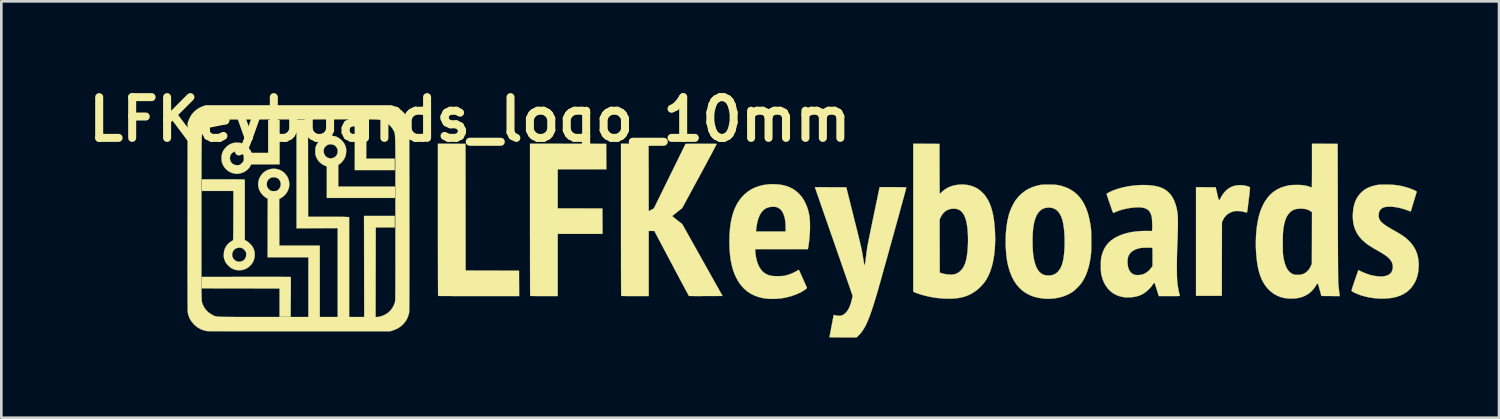
<source format=kicad_pcb>
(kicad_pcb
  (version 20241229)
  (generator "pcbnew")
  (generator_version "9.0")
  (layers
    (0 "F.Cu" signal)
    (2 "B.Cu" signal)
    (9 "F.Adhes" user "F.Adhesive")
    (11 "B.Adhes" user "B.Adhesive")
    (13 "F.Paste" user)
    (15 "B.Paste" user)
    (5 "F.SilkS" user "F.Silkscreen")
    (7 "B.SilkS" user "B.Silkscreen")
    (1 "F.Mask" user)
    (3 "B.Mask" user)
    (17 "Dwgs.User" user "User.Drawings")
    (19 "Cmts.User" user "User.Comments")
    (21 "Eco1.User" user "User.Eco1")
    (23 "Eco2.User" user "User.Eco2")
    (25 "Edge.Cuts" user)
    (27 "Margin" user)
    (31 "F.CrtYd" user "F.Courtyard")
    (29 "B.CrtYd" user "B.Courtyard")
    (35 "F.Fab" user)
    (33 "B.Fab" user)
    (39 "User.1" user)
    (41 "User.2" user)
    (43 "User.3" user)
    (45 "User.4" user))
  (footprint "LFKeyboards_logo_10mm"
    (layer "F.Cu")
    (at 3.922 5.018)
    (property "Reference" "LFKeyboards_logo_10mm" (at 10.6 -3.6 0) (layer "F.SilkS") (effects (font (size 1.524 1.524) (thickness 0.3))))
    (attr through_hole)
    (fp_poly (pts (xy 2.927 2.288) (xy 3.081 2.288) (xy 3.225 2.288) (xy 3.358 2.289) (xy 3.479 2.289) (xy 3.587 2.29) (xy 3.681 2.29) (xy 3.76 2.291) (xy 3.823 2.291) (xy 3.869 2.292) (xy 3.896 2.293) (xy 3.904 2.294) (xy 3.905 2.305) (xy 3.906 2.335) (xy 3.907 2.382) (xy 3.907 2.444) (xy 3.907 2.52) (xy 3.907 2.609) (xy 3.907 2.708) (xy 3.907 2.816) (xy 3.906 2.932) (xy 3.905 3.04) (xy 3.899 3.78) (xy 3.486 3.78) (xy 3.486 2.723) (xy 2.03 2.72) (xy 0.575 2.718) (xy 0.575 2.291) (xy 2.236 2.289) (xy 2.418 2.288) (xy 2.594 2.288) (xy 2.765 2.288) (xy 2.927 2.288)) (stroke (width 0.01) (type solid)) (fill yes) (layer "F.SilkS"))
    (fp_poly (pts (xy 9.925 -2.69) (xy 10.44 -2.687) (xy 10.445 2.052) (xy 12.442 2.057) (xy 12.447 3.007) (xy 10.935 3.007) (xy 10.761 3.007) (xy 10.593 3.007) (xy 10.432 3.007) (xy 10.278 3.007) (xy 10.133 3.006) (xy 9.998 3.006) (xy 9.875 3.005) (xy 9.763 3.005) (xy 9.666 3.004) (xy 9.582 3.004) (xy 9.514 3.003) (xy 9.463 3.002) (xy 9.43 3.001) (xy 9.416 3.001) (xy 9.416 3.001) (xy 9.415 2.99) (xy 9.415 2.96) (xy 9.414 2.911) (xy 9.414 2.844) (xy 9.413 2.761) (xy 9.413 2.661) (xy 9.412 2.545) (xy 9.412 2.415) (xy 9.411 2.272) (xy 9.411 2.115) (xy 9.411 1.946) (xy 9.41 1.766) (xy 9.41 1.575) (xy 9.41 1.374) (xy 9.41 1.165) (xy 9.409 0.947) (xy 9.409 0.722) (xy 9.409 0.491) (xy 9.409 0.254) (xy 9.409 0.151) (xy 9.409 -2.693) (xy 9.925 -2.69)) (stroke (width 0.01) (type solid)) (fill yes) (layer "F.SilkS"))
    (fp_poly (pts (xy 14.278 -2.69) (xy 15.703 -2.687) (xy 15.706 -2.212) (xy 15.709 -1.737) (xy 14.799 -1.737) (xy 13.89 -1.737) (xy 13.89 -0.274) (xy 14.725 -0.272) (xy 15.561 -0.269) (xy 15.566 0.681) (xy 13.89 0.681) (xy 13.89 3.007) (xy 13.378 3.007) (xy 13.278 3.007) (xy 13.184 3.007) (xy 13.099 3.006) (xy 13.023 3.005) (xy 12.96 3.005) (xy 12.91 3.003) (xy 12.877 3.002) (xy 12.861 3.001) (xy 12.86 3.001) (xy 12.86 2.99) (xy 12.859 2.96) (xy 12.858 2.911) (xy 12.858 2.844) (xy 12.857 2.761) (xy 12.857 2.661) (xy 12.856 2.545) (xy 12.856 2.415) (xy 12.856 2.272) (xy 12.855 2.115) (xy 12.855 1.946) (xy 12.855 1.766) (xy 12.854 1.575) (xy 12.854 1.374) (xy 12.854 1.165) (xy 12.854 0.947) (xy 12.853 0.723) (xy 12.853 0.491) (xy 12.853 0.254) (xy 12.853 0.151) (xy 12.853 -2.692) (xy 14.278 -2.69)) (stroke (width 0.01) (type solid)) (fill yes) (layer "F.SilkS"))
    (fp_poly (pts (xy 39.505 -1.139) (xy 39.62 -1.121) (xy 39.729 -1.089) (xy 39.732 -1.088) (xy 39.763 -1.075) (xy 39.778 -1.062) (xy 39.784 -1.045) (xy 39.785 -1.04) (xy 39.784 -1.024) (xy 39.781 -0.99) (xy 39.776 -0.94) (xy 39.77 -0.877) (xy 39.762 -0.803) (xy 39.752 -0.719) (xy 39.741 -0.628) (xy 39.734 -0.564) (xy 39.721 -0.457) (xy 39.71 -0.369) (xy 39.701 -0.297) (xy 39.694 -0.241) (xy 39.687 -0.197) (xy 39.682 -0.166) (xy 39.677 -0.143) (xy 39.673 -0.129) (xy 39.669 -0.122) (xy 39.664 -0.119) (xy 39.66 -0.118) (xy 39.642 -0.121) (xy 39.61 -0.129) (xy 39.568 -0.139) (xy 39.539 -0.147) (xy 39.455 -0.164) (xy 39.367 -0.173) (xy 39.28 -0.175) (xy 39.2 -0.167) (xy 39.154 -0.158) (xy 39.051 -0.12) (xy 38.959 -0.066) (xy 38.879 0.004) (xy 38.813 0.087) (xy 38.763 0.183) (xy 38.76 0.19) (xy 38.736 0.249) (xy 38.733 1.623) (xy 38.731 2.997) (xy 37.766 2.997) (xy 37.766 -1.067) (xy 38.134 -1.064) (xy 38.502 -1.062) (xy 38.558 -0.82) (xy 38.577 -0.741) (xy 38.592 -0.68) (xy 38.604 -0.635) (xy 38.613 -0.605) (xy 38.621 -0.587) (xy 38.628 -0.58) (xy 38.629 -0.579) (xy 38.642 -0.588) (xy 38.66 -0.613) (xy 38.68 -0.65) (xy 38.682 -0.654) (xy 38.752 -0.776) (xy 38.83 -0.881) (xy 38.919 -0.969) (xy 39.019 -1.04) (xy 39.073 -1.07) (xy 39.169 -1.108) (xy 39.275 -1.133) (xy 39.389 -1.143) (xy 39.505 -1.139)) (stroke (width 0.01) (type solid)) (fill yes) (layer "F.SilkS"))
    (fp_poly (pts (xy 16.773 -2.69) (xy 17.288 -2.687) (xy 17.291 -1.43) (xy 17.293 -0.173) (xy 17.389 -0.22) (xy 17.484 -0.268) (xy 18.078 -1.477) (xy 18.673 -2.687) (xy 19.25 -2.69) (xy 19.356 -2.69) (xy 19.457 -2.69) (xy 19.549 -2.69) (xy 19.632 -2.69) (xy 19.703 -2.689) (xy 19.761 -2.688) (xy 19.803 -2.687) (xy 19.828 -2.686) (xy 19.835 -2.685) (xy 19.831 -2.675) (xy 19.818 -2.649) (xy 19.796 -2.606) (xy 19.767 -2.549) (xy 19.73 -2.479) (xy 19.686 -2.395) (xy 19.635 -2.3) (xy 19.579 -2.195) (xy 19.517 -2.08) (xy 19.451 -1.956) (xy 19.38 -1.825) (xy 19.306 -1.688) (xy 19.229 -1.545) (xy 19.194 -1.481) (xy 18.545 -0.284) (xy 18.359 -0.137) (xy 18.306 -0.095) (xy 18.259 -0.058) (xy 18.221 -0.026) (xy 18.192 -0.002) (xy 18.177 0.012) (xy 18.174 0.016) (xy 18.182 0.024) (xy 18.204 0.042) (xy 18.238 0.069) (xy 18.28 0.104) (xy 18.33 0.143) (xy 18.362 0.169) (xy 18.548 0.316) (xy 19.301 1.659) (xy 20.054 3.002) (xy 19.433 3.005) (xy 19.323 3.005) (xy 19.218 3.006) (xy 19.121 3.006) (xy 19.033 3.006) (xy 18.957 3.005) (xy 18.894 3.005) (xy 18.846 3.005) (xy 18.814 3.004) (xy 18.801 3.003) (xy 18.801 3.003) (xy 18.795 2.994) (xy 18.78 2.968) (xy 18.757 2.926) (xy 18.726 2.869) (xy 18.687 2.798) (xy 18.642 2.714) (xy 18.591 2.619) (xy 18.534 2.513) (xy 18.472 2.397) (xy 18.406 2.273) (xy 18.336 2.141) (xy 18.262 2.003) (xy 18.186 1.859) (xy 18.146 1.784) (xy 17.503 0.569) (xy 17.293 0.569) (xy 17.293 3.007) (xy 16.782 3.007) (xy 16.682 3.007) (xy 16.588 3.007) (xy 16.502 3.006) (xy 16.427 3.005) (xy 16.363 3.005) (xy 16.314 3.003) (xy 16.28 3.002) (xy 16.265 3.001) (xy 16.264 3.001) (xy 16.263 2.99) (xy 16.263 2.96) (xy 16.262 2.911) (xy 16.262 2.844) (xy 16.261 2.761) (xy 16.261 2.661) (xy 16.26 2.545) (xy 16.26 2.415) (xy 16.259 2.272) (xy 16.259 2.115) (xy 16.258 1.946) (xy 16.258 1.766) (xy 16.258 1.575) (xy 16.258 1.374) (xy 16.257 1.165) (xy 16.257 0.947) (xy 16.257 0.722) (xy 16.257 0.491) (xy 16.257 0.254) (xy 16.257 0.151) (xy 16.257 -2.693) (xy 16.773 -2.69)) (stroke (width 0.01) (type solid)) (fill yes) (layer "F.SilkS"))
    (fp_poly (pts (xy 5.467 -2.987) (xy 5.504 -2.98) (xy 5.538 -2.975) (xy 5.551 -2.972) (xy 5.602 -2.957) (xy 5.66 -2.93) (xy 5.72 -2.892) (xy 5.777 -2.848) (xy 5.808 -2.82) (xy 5.85 -2.773) (xy 5.889 -2.72) (xy 5.922 -2.666) (xy 5.946 -2.615) (xy 5.958 -2.574) (xy 5.958 -2.57) (xy 5.964 -2.544) (xy 5.97 -2.53) (xy 5.973 -2.514) (xy 5.976 -2.484) (xy 5.978 -2.443) (xy 5.978 -2.414) (xy 5.969 -2.303) (xy 5.941 -2.201) (xy 5.894 -2.107) (xy 5.829 -2.021) (xy 5.807 -1.998) (xy 5.775 -1.968) (xy 5.742 -1.939) (xy 5.719 -1.923) (xy 5.68 -1.897) (xy 5.68 -1.087) (xy 7.804 -1.087) (xy 7.804 -0.876) (xy 7.804 -0.665) (xy 6.529 -0.665) (xy 5.254 -0.665) (xy 5.254 -1.845) (xy 5.2 -1.862) (xy 5.148 -1.885) (xy 5.091 -1.918) (xy 5.034 -1.959) (xy 4.982 -2.004) (xy 4.939 -2.05) (xy 4.91 -2.092) (xy 4.905 -2.103) (xy 4.891 -2.127) (xy 4.88 -2.142) (xy 4.872 -2.157) (xy 4.873 -2.164) (xy 4.871 -2.175) (xy 4.868 -2.176) (xy 4.858 -2.188) (xy 4.854 -2.2) (xy 4.847 -2.223) (xy 4.837 -2.25) (xy 4.829 -2.279) (xy 4.825 -2.328) (xy 4.823 -2.396) (xy 4.823 -2.406) (xy 5.133 -2.406) (xy 5.143 -2.347) (xy 5.164 -2.29) (xy 5.194 -2.241) (xy 5.201 -2.233) (xy 5.241 -2.195) (xy 5.285 -2.169) (xy 5.34 -2.152) (xy 5.355 -2.149) (xy 5.408 -2.143) (xy 5.46 -2.151) (xy 5.517 -2.174) (xy 5.528 -2.179) (xy 5.585 -2.219) (xy 5.626 -2.272) (xy 5.651 -2.337) (xy 5.66 -2.411) (xy 5.651 -2.484) (xy 5.624 -2.548) (xy 5.583 -2.6) (xy 5.528 -2.64) (xy 5.461 -2.665) (xy 5.401 -2.673) (xy 5.339 -2.669) (xy 5.284 -2.651) (xy 5.232 -2.616) (xy 5.181 -2.564) (xy 5.175 -2.557) (xy 5.161 -2.539) (xy 5.157 -2.53) (xy 5.158 -2.53) (xy 5.157 -2.522) (xy 5.15 -2.507) (xy 5.135 -2.461) (xy 5.133 -2.406) (xy 4.823 -2.406) (xy 4.823 -2.408) (xy 4.823 -2.466) (xy 4.825 -2.509) (xy 4.83 -2.543) (xy 4.837 -2.573) (xy 4.845 -2.595) (xy 4.892 -2.694) (xy 4.953 -2.782) (xy 5.027 -2.856) (xy 5.111 -2.915) (xy 5.132 -2.926) (xy 5.218 -2.962) (xy 5.306 -2.984) (xy 5.392 -2.993) (xy 5.467 -2.987)) (stroke (width 0.01) (type solid)) (fill yes) (layer "F.SilkS"))
    (fp_poly (pts (xy 28.17 -2.687) (xy 28.172 -1.75) (xy 28.173 -1.614) (xy 28.173 -1.484) (xy 28.174 -1.361) (xy 28.174 -1.247) (xy 28.175 -1.143) (xy 28.175 -1.051) (xy 28.176 -0.972) (xy 28.177 -0.907) (xy 28.177 -0.858) (xy 28.178 -0.826) (xy 28.178 -0.813) (xy 28.178 -0.813) (xy 28.187 -0.819) (xy 28.206 -0.837) (xy 28.234 -0.863) (xy 28.253 -0.883) (xy 28.351 -0.967) (xy 28.458 -1.036) (xy 28.575 -1.09) (xy 28.704 -1.129) (xy 28.847 -1.155) (xy 28.875 -1.159) (xy 29.024 -1.167) (xy 29.17 -1.157) (xy 29.312 -1.13) (xy 29.446 -1.086) (xy 29.571 -1.026) (xy 29.611 -1.001) (xy 29.656 -0.968) (xy 29.709 -0.924) (xy 29.764 -0.873) (xy 29.817 -0.82) (xy 29.862 -0.77) (xy 29.878 -0.75) (xy 29.954 -0.639) (xy 30.021 -0.515) (xy 30.079 -0.378) (xy 30.128 -0.227) (xy 30.169 -0.06) (xy 30.202 0.123) (xy 30.226 0.323) (xy 30.243 0.54) (xy 30.247 0.624) (xy 30.253 0.876) (xy 30.247 1.116) (xy 30.23 1.345) (xy 30.202 1.562) (xy 30.163 1.764) (xy 30.113 1.952) (xy 30.053 2.125) (xy 29.993 2.259) (xy 29.924 2.386) (xy 29.846 2.5) (xy 29.755 2.607) (xy 29.684 2.68) (xy 29.569 2.782) (xy 29.448 2.869) (xy 29.321 2.942) (xy 29.186 3.001) (xy 29.042 3.046) (xy 28.887 3.079) (xy 28.72 3.098) (xy 28.539 3.105) (xy 28.343 3.101) (xy 28.297 3.098) (xy 28.03 3.072) (xy 27.766 3.025) (xy 27.546 2.971) (xy 27.479 2.951) (xy 27.412 2.929) (xy 27.348 2.907) (xy 27.292 2.886) (xy 27.246 2.867) (xy 27.215 2.851) (xy 27.212 2.849) (xy 27.189 2.834) (xy 27.189 0.138) (xy 28.175 0.138) (xy 28.177 1.133) (xy 28.18 2.128) (xy 28.247 2.151) (xy 28.329 2.174) (xy 28.418 2.191) (xy 28.509 2.201) (xy 28.597 2.204) (xy 28.677 2.2) (xy 28.737 2.19) (xy 28.829 2.155) (xy 28.913 2.103) (xy 28.987 2.033) (xy 29.052 1.946) (xy 29.107 1.842) (xy 29.129 1.788) (xy 29.158 1.695) (xy 29.182 1.585) (xy 29.202 1.461) (xy 29.218 1.327) (xy 29.229 1.184) (xy 29.236 1.036) (xy 29.238 0.887) (xy 29.235 0.738) (xy 29.227 0.593) (xy 29.214 0.455) (xy 29.196 0.327) (xy 29.173 0.212) (xy 29.17 0.202) (xy 29.135 0.082) (xy 29.091 -0.02) (xy 29.038 -0.104) (xy 28.977 -0.17) (xy 28.907 -0.218) (xy 28.828 -0.249) (xy 28.74 -0.263) (xy 28.709 -0.264) (xy 28.601 -0.255) (xy 28.502 -0.228) (xy 28.415 -0.184) (xy 28.337 -0.122) (xy 28.271 -0.044) (xy 28.221 0.043) (xy 28.175 0.138) (xy 27.189 0.138) (xy 27.189 -2.693) (xy 28.17 -2.687)) (stroke (width 0.01) (type solid)) (fill yes) (layer "F.SilkS"))
    (fp_poly (pts (xy 3.486 -1.92) (xy 2.429 -1.92) (xy 2.409 -1.887) (xy 2.394 -1.862) (xy 2.38 -1.844) (xy 2.379 -1.842) (xy 2.369 -1.827) (xy 2.368 -1.823) (xy 2.361 -1.807) (xy 2.341 -1.783) (xy 2.313 -1.753) (xy 2.28 -1.722) (xy 2.245 -1.692) (xy 2.218 -1.672) (xy 2.133 -1.623) (xy 2.042 -1.591) (xy 1.965 -1.575) (xy 1.925 -1.569) (xy 1.897 -1.567) (xy 1.872 -1.567) (xy 1.843 -1.571) (xy 1.813 -1.575) (xy 1.777 -1.582) (xy 1.736 -1.592) (xy 1.696 -1.604) (xy 1.661 -1.617) (xy 1.636 -1.628) (xy 1.627 -1.636) (xy 1.627 -1.637) (xy 1.619 -1.644) (xy 1.617 -1.643) (xy 1.601 -1.648) (xy 1.574 -1.664) (xy 1.542 -1.688) (xy 1.506 -1.719) (xy 1.472 -1.751) (xy 1.443 -1.782) (xy 1.422 -1.808) (xy 1.413 -1.827) (xy 1.413 -1.828) (xy 1.407 -1.839) (xy 1.405 -1.839) (xy 1.397 -1.847) (xy 1.385 -1.867) (xy 1.371 -1.893) (xy 1.359 -1.919) (xy 1.352 -1.938) (xy 1.352 -1.946) (xy 1.351 -1.954) (xy 1.344 -1.963) (xy 1.334 -1.981) (xy 1.326 -2.01) (xy 1.32 -2.051) (xy 1.316 -2.108) (xy 1.314 -2.14) (xy 1.316 -2.184) (xy 1.628 -2.184) (xy 1.629 -2.119) (xy 1.641 -2.063) (xy 1.673 -1.999) (xy 1.718 -1.948) (xy 1.777 -1.912) (xy 1.849 -1.893) (xy 1.869 -1.89) (xy 1.906 -1.888) (xy 1.937 -1.889) (xy 1.953 -1.891) (xy 1.969 -1.896) (xy 1.973 -1.895) (xy 1.985 -1.897) (xy 2.007 -1.909) (xy 2.035 -1.93) (xy 2.064 -1.956) (xy 2.092 -1.982) (xy 2.113 -2.007) (xy 2.119 -2.016) (xy 2.135 -2.045) (xy 2.145 -2.071) (xy 2.149 -2.102) (xy 2.15 -2.143) (xy 2.149 -2.192) (xy 2.147 -2.226) (xy 2.141 -2.251) (xy 2.129 -2.274) (xy 2.108 -2.3) (xy 2.088 -2.325) (xy 2.032 -2.375) (xy 1.971 -2.407) (xy 1.907 -2.42) (xy 1.841 -2.414) (xy 1.776 -2.39) (xy 1.715 -2.347) (xy 1.69 -2.323) (xy 1.668 -2.299) (xy 1.654 -2.282) (xy 1.651 -2.276) (xy 1.651 -2.268) (xy 1.644 -2.248) (xy 1.642 -2.243) (xy 1.628 -2.184) (xy 1.316 -2.184) (xy 1.317 -2.239) (xy 1.336 -2.329) (xy 1.371 -2.414) (xy 1.425 -2.495) (xy 1.485 -2.563) (xy 1.519 -2.595) (xy 1.548 -2.621) (xy 1.57 -2.637) (xy 1.58 -2.642) (xy 1.594 -2.646) (xy 1.596 -2.651) (xy 1.604 -2.659) (xy 1.624 -2.67) (xy 1.647 -2.681) (xy 1.666 -2.687) (xy 1.667 -2.688) (xy 1.679 -2.692) (xy 1.693 -2.699) (xy 1.731 -2.714) (xy 1.784 -2.724) (xy 1.845 -2.731) (xy 1.909 -2.732) (xy 1.97 -2.729) (xy 2.013 -2.723) (xy 2.046 -2.713) (xy 2.085 -2.7) (xy 2.122 -2.686) (xy 2.155 -2.671) (xy 2.178 -2.658) (xy 2.185 -2.651) (xy 2.194 -2.643) (xy 2.201 -2.642) (xy 2.218 -2.634) (xy 2.245 -2.613) (xy 2.277 -2.583) (xy 2.311 -2.546) (xy 2.346 -2.506) (xy 2.376 -2.467) (xy 2.401 -2.431) (xy 2.409 -2.416) (xy 2.444 -2.347) (xy 3.059 -2.347) (xy 3.059 -3.576) (xy 3.486 -3.576) (xy 3.486 -1.92)) (stroke (width 0.01) (type solid)) (fill yes) (layer "F.SilkS"))
    (fp_poly (pts (xy 1.299 -1.361) (xy 1.42 -1.361) (xy 1.538 -1.361) (xy 1.649 -1.361) (xy 1.753 -1.36) (xy 1.847 -1.359) (xy 1.929 -1.358) (xy 1.998 -1.358) (xy 2.052 -1.357) (xy 2.088 -1.356) (xy 2.102 -1.355) (xy 2.185 -1.348) (xy 2.185 0.912) (xy 2.244 0.941) (xy 2.294 0.972) (xy 2.348 1.017) (xy 2.401 1.07) (xy 2.449 1.125) (xy 2.486 1.179) (xy 2.497 1.2) (xy 2.514 1.237) (xy 2.527 1.269) (xy 2.533 1.291) (xy 2.533 1.292) (xy 2.538 1.315) (xy 2.543 1.326) (xy 2.55 1.348) (xy 2.555 1.384) (xy 2.557 1.429) (xy 2.557 1.478) (xy 2.555 1.523) (xy 2.552 1.543) (xy 2.541 1.597) (xy 2.524 1.652) (xy 2.505 1.703) (xy 2.485 1.744) (xy 2.469 1.766) (xy 2.455 1.784) (xy 2.45 1.796) (xy 2.442 1.808) (xy 2.424 1.83) (xy 2.397 1.858) (xy 2.366 1.887) (xy 2.336 1.914) (xy 2.309 1.936) (xy 2.303 1.94) (xy 2.256 1.97) (xy 2.213 1.992) (xy 2.181 2.004) (xy 2.178 2.005) (xy 2.154 2.012) (xy 2.145 2.015) (xy 2.097 2.029) (xy 2.037 2.037) (xy 1.971 2.041) (xy 1.906 2.038) (xy 1.865 2.032) (xy 1.83 2.023) (xy 1.798 2.013) (xy 1.794 2.012) (xy 1.772 2.004) (xy 1.761 2.001) (xy 1.761 2.001) (xy 1.751 1.997) (xy 1.729 1.986) (xy 1.698 1.97) (xy 1.695 1.969) (xy 1.638 1.932) (xy 1.58 1.881) (xy 1.526 1.824) (xy 1.481 1.766) (xy 1.466 1.74) (xy 1.45 1.709) (xy 1.441 1.686) (xy 1.439 1.676) (xy 1.439 1.676) (xy 1.44 1.67) (xy 1.435 1.663) (xy 1.423 1.641) (xy 1.42 1.63) (xy 1.413 1.604) (xy 1.407 1.59) (xy 1.403 1.572) (xy 1.4 1.538) (xy 1.398 1.495) (xy 1.398 1.463) (xy 1.398 1.46) (xy 1.71 1.46) (xy 1.717 1.52) (xy 1.744 1.585) (xy 1.787 1.642) (xy 1.842 1.686) (xy 1.905 1.715) (xy 1.914 1.718) (xy 1.96 1.723) (xy 2.013 1.719) (xy 2.064 1.708) (xy 2.093 1.697) (xy 2.154 1.656) (xy 2.199 1.602) (xy 2.228 1.539) (xy 2.238 1.468) (xy 2.238 1.458) (xy 2.237 1.416) (xy 2.234 1.388) (xy 2.228 1.367) (xy 2.218 1.345) (xy 2.214 1.336) (xy 2.193 1.307) (xy 2.163 1.274) (xy 2.13 1.243) (xy 2.1 1.222) (xy 2.098 1.221) (xy 2.034 1.199) (xy 1.965 1.195) (xy 1.896 1.208) (xy 1.831 1.237) (xy 1.826 1.239) (xy 1.78 1.28) (xy 1.743 1.334) (xy 1.72 1.396) (xy 1.71 1.46) (xy 1.398 1.46) (xy 1.407 1.352) (xy 1.433 1.25) (xy 1.478 1.158) (xy 1.54 1.074) (xy 1.568 1.046) (xy 1.602 1.015) (xy 1.641 0.985) (xy 1.679 0.958) (xy 1.712 0.939) (xy 1.735 0.93) (xy 1.738 0.929) (xy 1.741 0.926) (xy 1.743 0.92) (xy 1.745 0.91) (xy 1.747 0.893) (xy 1.749 0.87) (xy 1.75 0.839) (xy 1.751 0.798) (xy 1.752 0.747) (xy 1.753 0.684) (xy 1.754 0.608) (xy 1.754 0.518) (xy 1.755 0.412) (xy 1.755 0.29) (xy 1.756 0.149) (xy 1.756 0.002) (xy 1.759 -0.925) (xy 0.58 -0.925) (xy 0.58 -1.361) (xy 1.299 -1.361)) (stroke (width 0.01) (type solid)) (fill yes) (layer "F.SilkS"))
    (fp_poly (pts (xy 22.114 -1.172) (xy 22.28 -1.15) (xy 22.432 -1.113) (xy 22.573 -1.06) (xy 22.701 -0.992) (xy 22.819 -0.908) (xy 22.904 -0.831) (xy 22.973 -0.757) (xy 23.031 -0.684) (xy 23.083 -0.605) (xy 23.133 -0.514) (xy 23.146 -0.489) (xy 23.199 -0.371) (xy 23.243 -0.251) (xy 23.277 -0.127) (xy 23.301 0.003) (xy 23.318 0.144) (xy 23.326 0.298) (xy 23.326 0.467) (xy 23.325 0.513) (xy 23.321 0.617) (xy 23.314 0.73) (xy 23.304 0.846) (xy 23.292 0.96) (xy 23.278 1.067) (xy 23.263 1.163) (xy 23.251 1.227) (xy 23.247 1.25) (xy 21.273 1.25) (xy 21.28 1.349) (xy 21.298 1.505) (xy 21.327 1.648) (xy 21.366 1.778) (xy 21.416 1.893) (xy 21.475 1.993) (xy 21.544 2.076) (xy 21.622 2.143) (xy 21.678 2.177) (xy 21.735 2.205) (xy 21.789 2.226) (xy 21.842 2.241) (xy 21.901 2.251) (xy 21.968 2.258) (xy 22.048 2.26) (xy 22.104 2.261) (xy 22.195 2.26) (xy 22.271 2.257) (xy 22.332 2.252) (xy 22.368 2.247) (xy 22.473 2.221) (xy 22.583 2.184) (xy 22.691 2.14) (xy 22.789 2.091) (xy 22.845 2.058) (xy 22.875 2.041) (xy 22.899 2.03) (xy 22.912 2.029) (xy 22.912 2.029) (xy 22.917 2.039) (xy 22.929 2.065) (xy 22.948 2.105) (xy 22.971 2.156) (xy 22.997 2.215) (xy 23.027 2.28) (xy 23.057 2.348) (xy 23.088 2.417) (xy 23.118 2.484) (xy 23.146 2.547) (xy 23.171 2.603) (xy 23.192 2.649) (xy 23.207 2.684) (xy 23.213 2.699) (xy 23.208 2.711) (xy 23.187 2.73) (xy 23.155 2.756) (xy 23.114 2.785) (xy 23.067 2.815) (xy 23.017 2.845) (xy 22.966 2.873) (xy 22.963 2.875) (xy 22.79 2.953) (xy 22.605 3.016) (xy 22.413 3.064) (xy 22.214 3.097) (xy 22.014 3.112) (xy 21.814 3.111) (xy 21.77 3.108) (xy 21.589 3.087) (xy 21.42 3.048) (xy 21.262 2.993) (xy 21.116 2.921) (xy 20.982 2.833) (xy 20.859 2.728) (xy 20.749 2.607) (xy 20.651 2.47) (xy 20.57 2.327) (xy 20.502 2.176) (xy 20.444 2.015) (xy 20.398 1.843) (xy 20.361 1.659) (xy 20.335 1.462) (xy 20.318 1.249) (xy 20.311 1.021) (xy 20.311 0.96) (xy 20.317 0.713) (xy 20.326 0.589) (xy 21.305 0.589) (xy 22.414 0.589) (xy 22.414 0.445) (xy 22.411 0.32) (xy 22.402 0.211) (xy 22.387 0.115) (xy 22.367 0.033) (xy 22.332 -0.067) (xy 22.291 -0.149) (xy 22.242 -0.215) (xy 22.184 -0.266) (xy 22.132 -0.297) (xy 22.095 -0.313) (xy 22.063 -0.324) (xy 22.026 -0.33) (xy 21.979 -0.333) (xy 21.971 -0.334) (xy 21.861 -0.33) (xy 21.762 -0.31) (xy 21.674 -0.274) (xy 21.596 -0.22) (xy 21.528 -0.148) (xy 21.494 -0.102) (xy 21.448 -0.021) (xy 21.408 0.07) (xy 21.375 0.172) (xy 21.348 0.287) (xy 21.325 0.419) (xy 21.311 0.531) (xy 21.305 0.589) (xy 20.326 0.589) (xy 20.334 0.482) (xy 20.362 0.268) (xy 20.403 0.069) (xy 20.455 -0.114) (xy 20.518 -0.282) (xy 20.594 -0.435) (xy 20.654 -0.533) (xy 20.757 -0.672) (xy 20.872 -0.794) (xy 20.999 -0.899) (xy 21.137 -0.988) (xy 21.286 -1.06) (xy 21.446 -1.115) (xy 21.617 -1.154) (xy 21.799 -1.175) (xy 21.935 -1.179) (xy 22.114 -1.172)) (stroke (width 0.01) (type solid)) (fill yes) (layer "F.SilkS"))
    (fp_poly (pts (xy 32.345 -1.163) (xy 32.426 -1.161) (xy 32.494 -1.157) (xy 32.555 -1.151) (xy 32.612 -1.142) (xy 32.67 -1.13) (xy 32.732 -1.114) (xy 32.772 -1.102) (xy 32.926 -1.049) (xy 33.067 -0.98) (xy 33.197 -0.896) (xy 33.315 -0.796) (xy 33.421 -0.681) (xy 33.515 -0.55) (xy 33.598 -0.402) (xy 33.67 -0.238) (xy 33.731 -0.058) (xy 33.78 0.14) (xy 33.819 0.354) (xy 33.831 0.437) (xy 33.836 0.48) (xy 33.84 0.525) (xy 33.843 0.576) (xy 33.845 0.634) (xy 33.847 0.703) (xy 33.848 0.785) (xy 33.848 0.883) (xy 33.848 0.965) (xy 33.848 1.069) (xy 33.848 1.155) (xy 33.847 1.226) (xy 33.846 1.286) (xy 33.844 1.337) (xy 33.841 1.382) (xy 33.838 1.424) (xy 33.833 1.466) (xy 33.828 1.511) (xy 33.826 1.524) (xy 33.793 1.724) (xy 33.752 1.908) (xy 33.701 2.076) (xy 33.641 2.231) (xy 33.571 2.374) (xy 33.501 2.489) (xy 33.463 2.54) (xy 33.414 2.599) (xy 33.357 2.661) (xy 33.296 2.722) (xy 33.235 2.779) (xy 33.179 2.826) (xy 33.137 2.857) (xy 32.994 2.94) (xy 32.839 3.006) (xy 32.675 3.056) (xy 32.502 3.09) (xy 32.322 3.106) (xy 32.137 3.105) (xy 32.049 3.098) (xy 31.87 3.072) (xy 31.703 3.03) (xy 31.548 2.971) (xy 31.406 2.897) (xy 31.276 2.806) (xy 31.158 2.699) (xy 31.052 2.575) (xy 30.958 2.436) (xy 30.877 2.28) (xy 30.807 2.107) (xy 30.75 1.919) (xy 30.745 1.9) (xy 30.715 1.771) (xy 30.692 1.64) (xy 30.673 1.502) (xy 30.66 1.354) (xy 30.65 1.193) (xy 30.647 1.092) (xy 30.646 0.854) (xy 30.647 0.83) (xy 31.652 0.83) (xy 31.652 1.037) (xy 31.653 1.072) (xy 31.656 1.198) (xy 31.662 1.308) (xy 31.67 1.407) (xy 31.681 1.497) (xy 31.695 1.584) (xy 31.711 1.663) (xy 31.747 1.798) (xy 31.79 1.916) (xy 31.841 2.014) (xy 31.901 2.095) (xy 31.97 2.157) (xy 32.047 2.202) (xy 32.134 2.229) (xy 32.23 2.238) (xy 32.336 2.231) (xy 32.375 2.224) (xy 32.458 2.198) (xy 32.534 2.153) (xy 32.604 2.091) (xy 32.665 2.013) (xy 32.717 1.919) (xy 32.76 1.811) (xy 32.788 1.704) (xy 32.812 1.576) (xy 32.83 1.432) (xy 32.843 1.275) (xy 32.851 1.11) (xy 32.852 0.94) (xy 32.848 0.772) (xy 32.837 0.59) (xy 32.819 0.426) (xy 32.795 0.28) (xy 32.764 0.152) (xy 32.726 0.041) (xy 32.68 -0.053) (xy 32.627 -0.132) (xy 32.567 -0.195) (xy 32.498 -0.244) (xy 32.421 -0.279) (xy 32.386 -0.289) (xy 32.296 -0.304) (xy 32.203 -0.302) (xy 32.113 -0.286) (xy 32.031 -0.254) (xy 32.006 -0.241) (xy 31.934 -0.188) (xy 31.871 -0.119) (xy 31.815 -0.034) (xy 31.768 0.067) (xy 31.729 0.185) (xy 31.698 0.32) (xy 31.675 0.472) (xy 31.659 0.642) (xy 31.652 0.83) (xy 30.647 0.83) (xy 30.656 0.624) (xy 30.678 0.406) (xy 30.71 0.201) (xy 30.753 0.01) (xy 30.792 -0.122) (xy 30.82 -0.196) (xy 30.854 -0.277) (xy 30.894 -0.361) (xy 30.936 -0.443) (xy 30.978 -0.516) (xy 31.017 -0.578) (xy 31.029 -0.594) (xy 31.139 -0.726) (xy 31.257 -0.839) (xy 31.386 -0.936) (xy 31.526 -1.016) (xy 31.678 -1.08) (xy 31.843 -1.129) (xy 31.892 -1.14) (xy 31.928 -1.148) (xy 31.963 -1.153) (xy 31.998 -1.157) (xy 32.038 -1.16) (xy 32.086 -1.162) (xy 32.146 -1.163) (xy 32.222 -1.163) (xy 32.249 -1.163) (xy 32.345 -1.163)) (stroke (width 0.01) (type solid)) (fill yes) (layer "F.SilkS"))
    (fp_poly (pts (xy 42.584 -2.69) (xy 43.064 -2.687) (xy 43.07 -0.132) (xy 43.071 0.169) (xy 43.071 0.45) (xy 43.072 0.711) (xy 43.073 0.953) (xy 43.074 1.177) (xy 43.075 1.382) (xy 43.076 1.569) (xy 43.077 1.738) (xy 43.078 1.89) (xy 43.079 2.025) (xy 43.08 2.144) (xy 43.081 2.247) (xy 43.082 2.334) (xy 43.083 2.405) (xy 43.084 2.462) (xy 43.086 2.504) (xy 43.087 2.532) (xy 43.088 2.54) (xy 43.095 2.616) (xy 43.103 2.693) (xy 43.112 2.767) (xy 43.119 2.835) (xy 43.126 2.893) (xy 43.132 2.939) (xy 43.136 2.969) (xy 43.137 2.974) (xy 43.143 3.008) (xy 42.799 3.005) (xy 42.456 3.002) (xy 42.393 2.774) (xy 42.372 2.699) (xy 42.356 2.642) (xy 42.343 2.6) (xy 42.332 2.571) (xy 42.324 2.554) (xy 42.316 2.545) (xy 42.311 2.542) (xy 42.295 2.547) (xy 42.279 2.567) (xy 42.267 2.588) (xy 42.248 2.619) (xy 42.223 2.658) (xy 42.194 2.7) (xy 42.185 2.713) (xy 42.094 2.818) (xy 41.993 2.906) (xy 41.879 2.978) (xy 41.754 3.034) (xy 41.617 3.073) (xy 41.469 3.095) (xy 41.309 3.101) (xy 41.225 3.097) (xy 41.071 3.079) (xy 40.928 3.043) (xy 40.794 2.989) (xy 40.669 2.918) (xy 40.552 2.828) (xy 40.459 2.737) (xy 40.373 2.635) (xy 40.298 2.522) (xy 40.231 2.398) (xy 40.174 2.26) (xy 40.125 2.109) (xy 40.085 1.943) (xy 40.053 1.761) (xy 40.029 1.563) (xy 40.012 1.347) (xy 40.005 1.199) (xy 40.003 1.036) (xy 41.012 1.036) (xy 41.012 1.14) (xy 41.013 1.226) (xy 41.014 1.297) (xy 41.015 1.355) (xy 41.017 1.404) (xy 41.02 1.446) (xy 41.024 1.483) (xy 41.029 1.518) (xy 41.03 1.522) (xy 41.057 1.667) (xy 41.091 1.794) (xy 41.13 1.903) (xy 41.177 1.994) (xy 41.23 2.069) (xy 41.292 2.129) (xy 41.362 2.173) (xy 41.428 2.201) (xy 41.466 2.208) (xy 41.518 2.212) (xy 41.576 2.213) (xy 41.634 2.211) (xy 41.686 2.205) (xy 41.708 2.201) (xy 41.783 2.177) (xy 41.848 2.143) (xy 41.91 2.095) (xy 41.934 2.071) (xy 41.972 2.031) (xy 42.002 1.991) (xy 42.03 1.946) (xy 42.051 1.903) (xy 42.099 1.803) (xy 42.102 0.836) (xy 42.104 -0.131) (xy 42.058 -0.163) (xy 41.992 -0.203) (xy 41.925 -0.232) (xy 41.851 -0.251) (xy 41.767 -0.261) (xy 41.672 -0.264) (xy 41.568 -0.259) (xy 41.477 -0.241) (xy 41.398 -0.211) (xy 41.328 -0.167) (xy 41.263 -0.107) (xy 41.262 -0.106) (xy 41.204 -0.035) (xy 41.155 0.046) (xy 41.115 0.139) (xy 41.081 0.247) (xy 41.059 0.346) (xy 41.047 0.409) (xy 41.037 0.469) (xy 41.029 0.527) (xy 41.023 0.587) (xy 41.019 0.652) (xy 41.015 0.725) (xy 41.013 0.808) (xy 41.012 0.906) (xy 41.012 1.02) (xy 41.012 1.036) (xy 40.003 1.036) (xy 40.003 0.993) (xy 40.009 0.788) (xy 40.023 0.588) (xy 40.045 0.394) (xy 40.075 0.21) (xy 40.112 0.038) (xy 40.157 -0.118) (xy 40.188 -0.209) (xy 40.261 -0.379) (xy 40.343 -0.531) (xy 40.436 -0.666) (xy 40.539 -0.784) (xy 40.654 -0.885) (xy 40.78 -0.971) (xy 40.918 -1.04) (xy 41.068 -1.093) (xy 41.231 -1.131) (xy 41.25 -1.135) (xy 41.324 -1.144) (xy 41.417 -1.149) (xy 41.531 -1.151) (xy 41.535 -1.151) (xy 41.644 -1.149) (xy 41.737 -1.144) (xy 41.82 -1.133) (xy 41.897 -1.118) (xy 41.972 -1.097) (xy 42.004 -1.087) (xy 42.043 -1.073) (xy 42.075 -1.063) (xy 42.094 -1.057) (xy 42.098 -1.057) (xy 42.099 -1.067) (xy 42.1 -1.095) (xy 42.1 -1.141) (xy 42.101 -1.203) (xy 42.102 -1.279) (xy 42.103 -1.368) (xy 42.103 -1.468) (xy 42.104 -1.578) (xy 42.104 -1.695) (xy 42.104 -1.82) (xy 42.104 -1.875) (xy 42.104 -2.693) (xy 42.584 -2.69)) (stroke (width 0.01) (type solid)) (fill yes) (layer "F.SilkS"))
    (fp_poly (pts (xy 24.097 -1.064) (xy 24.683 -1.062) (xy 24.966 0.066) (xy 25.01 0.242) (xy 25.049 0.4) (xy 25.085 0.541) (xy 25.116 0.667) (xy 25.143 0.778) (xy 25.167 0.877) (xy 25.188 0.964) (xy 25.207 1.042) (xy 25.222 1.11) (xy 25.236 1.172) (xy 25.248 1.227) (xy 25.259 1.279) (xy 25.269 1.327) (xy 25.277 1.373) (xy 25.286 1.419) (xy 25.294 1.467) (xy 25.299 1.499) (xy 25.315 1.592) (xy 25.327 1.667) (xy 25.337 1.725) (xy 25.345 1.77) (xy 25.352 1.802) (xy 25.356 1.824) (xy 25.36 1.838) (xy 25.364 1.846) (xy 25.367 1.849) (xy 25.371 1.849) (xy 25.373 1.849) (xy 25.378 1.842) (xy 25.383 1.821) (xy 25.39 1.783) (xy 25.398 1.73) (xy 25.407 1.658) (xy 25.418 1.568) (xy 25.424 1.521) (xy 25.43 1.469) (xy 25.435 1.421) (xy 25.441 1.376) (xy 25.447 1.332) (xy 25.453 1.289) (xy 25.46 1.244) (xy 25.467 1.196) (xy 25.476 1.144) (xy 25.487 1.086) (xy 25.5 1.021) (xy 25.514 0.946) (xy 25.531 0.862) (xy 25.55 0.766) (xy 25.573 0.657) (xy 25.598 0.533) (xy 25.627 0.393) (xy 25.66 0.235) (xy 25.68 0.137) (xy 25.71 -0.008) (xy 25.739 -0.148) (xy 25.767 -0.283) (xy 25.794 -0.41) (xy 25.818 -0.529) (xy 25.841 -0.637) (xy 25.861 -0.734) (xy 25.878 -0.817) (xy 25.893 -0.887) (xy 25.904 -0.94) (xy 25.912 -0.977) (xy 25.915 -0.993) (xy 25.931 -1.067) (xy 26.428 -1.067) (xy 26.53 -1.067) (xy 26.625 -1.066) (xy 26.71 -1.065) (xy 26.784 -1.064) (xy 26.845 -1.063) (xy 26.89 -1.061) (xy 26.919 -1.06) (xy 26.929 -1.058) (xy 26.927 -1.047) (xy 26.92 -1.018) (xy 26.908 -0.972) (xy 26.891 -0.909) (xy 26.871 -0.831) (xy 26.846 -0.739) (xy 26.817 -0.635) (xy 26.786 -0.518) (xy 26.751 -0.391) (xy 26.713 -0.254) (xy 26.673 -0.109) (xy 26.632 0.043) (xy 26.588 0.202) (xy 26.543 0.366) (xy 26.496 0.534) (xy 26.449 0.705) (xy 26.401 0.878) (xy 26.353 1.051) (xy 26.305 1.224) (xy 26.258 1.395) (xy 26.211 1.564) (xy 26.165 1.729) (xy 26.12 1.889) (xy 26.077 2.043) (xy 26.036 2.19) (xy 25.997 2.329) (xy 25.961 2.458) (xy 25.927 2.577) (xy 25.897 2.685) (xy 25.87 2.78) (xy 25.847 2.861) (xy 25.827 2.927) (xy 25.813 2.977) (xy 25.812 2.98) (xy 25.751 3.179) (xy 25.695 3.36) (xy 25.641 3.523) (xy 25.59 3.67) (xy 25.541 3.802) (xy 25.494 3.92) (xy 25.447 4.026) (xy 25.401 4.121) (xy 25.354 4.205) (xy 25.307 4.281) (xy 25.258 4.349) (xy 25.208 4.411) (xy 25.155 4.468) (xy 25.124 4.498) (xy 25.067 4.552) (xy 24.564 4.552) (xy 24.465 4.552) (xy 24.372 4.551) (xy 24.288 4.55) (xy 24.213 4.55) (xy 24.151 4.548) (xy 24.103 4.547) (xy 24.071 4.546) (xy 24.057 4.544) (xy 24.057 4.544) (xy 24.058 4.533) (xy 24.063 4.505) (xy 24.07 4.462) (xy 24.081 4.407) (xy 24.093 4.342) (xy 24.106 4.27) (xy 24.121 4.193) (xy 24.136 4.114) (xy 24.151 4.035) (xy 24.166 3.96) (xy 24.179 3.89) (xy 24.192 3.828) (xy 24.202 3.777) (xy 24.21 3.739) (xy 24.215 3.716) (xy 24.216 3.711) (xy 24.226 3.713) (xy 24.249 3.719) (xy 24.269 3.725) (xy 24.303 3.733) (xy 24.349 3.739) (xy 24.398 3.742) (xy 24.406 3.742) (xy 24.452 3.742) (xy 24.485 3.739) (xy 24.513 3.731) (xy 24.546 3.718) (xy 24.561 3.71) (xy 24.631 3.664) (xy 24.695 3.599) (xy 24.753 3.515) (xy 24.805 3.412) (xy 24.851 3.29) (xy 24.89 3.149) (xy 24.897 3.118) (xy 24.923 3.001) (xy 24.224 0.99) (xy 24.156 0.795) (xy 24.089 0.604) (xy 24.025 0.42) (xy 23.964 0.242) (xy 23.904 0.072) (xy 23.848 -0.09) (xy 23.795 -0.242) (xy 23.746 -0.383) (xy 23.701 -0.514) (xy 23.66 -0.632) (xy 23.623 -0.737) (xy 23.591 -0.829) (xy 23.565 -0.905) (xy 23.544 -0.966) (xy 23.529 -1.01) (xy 23.52 -1.036) (xy 23.517 -1.044) (xy 23.51 -1.067) (xy 24.097 -1.064)) (stroke (width 0.01) (type solid)) (fill yes) (layer "F.SilkS"))
    (fp_poly (pts (xy 44.998 -1.161) (xy 45.119 -1.156) (xy 45.23 -1.146) (xy 45.336 -1.131) (xy 45.442 -1.111) (xy 45.554 -1.084) (xy 45.619 -1.066) (xy 45.687 -1.046) (xy 45.756 -1.023) (xy 45.821 -0.999) (xy 45.882 -0.974) (xy 45.935 -0.95) (xy 45.977 -0.929) (xy 46.007 -0.91) (xy 46.02 -0.896) (xy 46.021 -0.892) (xy 46.016 -0.875) (xy 46.006 -0.842) (xy 45.992 -0.797) (xy 45.974 -0.74) (xy 45.955 -0.676) (xy 45.934 -0.606) (xy 45.912 -0.534) (xy 45.89 -0.461) (xy 45.869 -0.391) (xy 45.849 -0.326) (xy 45.832 -0.269) (xy 45.818 -0.222) (xy 45.808 -0.188) (xy 45.803 -0.17) (xy 45.802 -0.168) (xy 45.796 -0.163) (xy 45.778 -0.165) (xy 45.745 -0.176) (xy 45.697 -0.193) (xy 45.559 -0.242) (xy 45.423 -0.281) (xy 45.29 -0.31) (xy 45.163 -0.329) (xy 45.044 -0.338) (xy 44.936 -0.337) (xy 44.841 -0.324) (xy 44.785 -0.309) (xy 44.736 -0.286) (xy 44.688 -0.25) (xy 44.65 -0.209) (xy 44.635 -0.184) (xy 44.613 -0.127) (xy 44.6 -0.06) (xy 44.596 0.007) (xy 44.598 0.029) (xy 44.606 0.076) (xy 44.62 0.12) (xy 44.641 0.163) (xy 44.67 0.204) (xy 44.709 0.247) (xy 44.758 0.29) (xy 44.819 0.337) (xy 44.894 0.388) (xy 44.984 0.444) (xy 45.089 0.506) (xy 45.195 0.566) (xy 45.299 0.625) (xy 45.387 0.678) (xy 45.462 0.725) (xy 45.527 0.769) (xy 45.584 0.811) (xy 45.637 0.854) (xy 45.688 0.9) (xy 45.694 0.905) (xy 45.806 1.021) (xy 45.898 1.142) (xy 45.973 1.271) (xy 46.029 1.407) (xy 46.068 1.552) (xy 46.091 1.708) (xy 46.097 1.855) (xy 46.088 2.023) (xy 46.063 2.182) (xy 46.021 2.332) (xy 45.964 2.47) (xy 45.89 2.597) (xy 45.802 2.712) (xy 45.698 2.813) (xy 45.639 2.86) (xy 45.529 2.93) (xy 45.404 2.989) (xy 45.267 3.036) (xy 45.122 3.07) (xy 44.97 3.09) (xy 44.905 3.094) (xy 44.854 3.097) (xy 44.809 3.099) (xy 44.774 3.101) (xy 44.756 3.102) (xy 44.736 3.103) (xy 44.701 3.102) (xy 44.655 3.101) (xy 44.603 3.099) (xy 44.593 3.098) (xy 44.419 3.083) (xy 44.246 3.057) (xy 44.078 3.019) (xy 43.919 2.973) (xy 43.773 2.917) (xy 43.685 2.876) (xy 43.646 2.855) (xy 43.613 2.835) (xy 43.591 2.82) (xy 43.585 2.814) (xy 43.584 2.803) (xy 43.588 2.781) (xy 43.598 2.745) (xy 43.613 2.695) (xy 43.634 2.629) (xy 43.662 2.546) (xy 43.696 2.446) (xy 43.703 2.424) (xy 43.732 2.341) (xy 43.759 2.263) (xy 43.783 2.194) (xy 43.803 2.136) (xy 43.819 2.089) (xy 43.831 2.057) (xy 43.837 2.042) (xy 43.837 2.041) (xy 43.848 2.041) (xy 43.871 2.05) (xy 43.895 2.062) (xy 43.94 2.085) (xy 43.998 2.111) (xy 44.065 2.139) (xy 44.135 2.166) (xy 44.202 2.19) (xy 44.258 2.208) (xy 44.364 2.236) (xy 44.473 2.256) (xy 44.579 2.269) (xy 44.678 2.274) (xy 44.767 2.271) (xy 44.826 2.262) (xy 44.916 2.236) (xy 44.989 2.2) (xy 45.046 2.153) (xy 45.088 2.093) (xy 45.115 2.021) (xy 45.123 1.984) (xy 45.129 1.894) (xy 45.116 1.808) (xy 45.083 1.725) (xy 45.03 1.646) (xy 44.974 1.586) (xy 44.94 1.554) (xy 44.904 1.525) (xy 44.866 1.495) (xy 44.821 1.464) (xy 44.769 1.43) (xy 44.706 1.391) (xy 44.631 1.346) (xy 44.54 1.294) (xy 44.519 1.281) (xy 44.432 1.232) (xy 44.361 1.19) (xy 44.303 1.154) (xy 44.253 1.123) (xy 44.21 1.094) (xy 44.171 1.066) (xy 44.133 1.037) (xy 44.093 1.005) (xy 44.076 0.991) (xy 43.958 0.882) (xy 43.86 0.766) (xy 43.779 0.642) (xy 43.716 0.509) (xy 43.67 0.367) (xy 43.642 0.215) (xy 43.63 0.051) (xy 43.631 -0.051) (xy 43.645 -0.217) (xy 43.672 -0.37) (xy 43.713 -0.508) (xy 43.769 -0.634) (xy 43.84 -0.747) (xy 43.926 -0.848) (xy 43.937 -0.859) (xy 44.021 -0.935) (xy 44.112 -0.998) (xy 44.211 -1.05) (xy 44.322 -1.093) (xy 44.449 -1.129) (xy 44.502 -1.141) (xy 44.538 -1.148) (xy 44.573 -1.153) (xy 44.608 -1.157) (xy 44.649 -1.16) (xy 44.699 -1.162) (xy 44.761 -1.163) (xy 44.838 -1.163) (xy 44.862 -1.163) (xy 44.998 -1.161)) (stroke (width 0.01) (type solid)) (fill yes) (layer "F.SilkS"))
    (fp_poly (pts (xy 35.903 -1.146) (xy 36.061 -1.136) (xy 36.208 -1.117) (xy 36.342 -1.088) (xy 36.38 -1.077) (xy 36.504 -1.031) (xy 36.615 -0.971) (xy 36.714 -0.896) (xy 36.801 -0.808) (xy 36.876 -0.704) (xy 36.94 -0.584) (xy 36.994 -0.448) (xy 37.037 -0.296) (xy 37.07 -0.126) (xy 37.076 -0.081) (xy 37.081 -0.034) (xy 37.085 0.032) (xy 37.087 0.114) (xy 37.088 0.209) (xy 37.089 0.316) (xy 37.088 0.432) (xy 37.085 0.556) (xy 37.082 0.684) (xy 37.078 0.815) (xy 37.073 0.947) (xy 37.069 1.036) (xy 37.064 1.145) (xy 37.059 1.262) (xy 37.056 1.387) (xy 37.053 1.515) (xy 37.051 1.645) (xy 37.05 1.774) (xy 37.049 1.9) (xy 37.05 2.021) (xy 37.051 2.134) (xy 37.052 2.237) (xy 37.055 2.327) (xy 37.058 2.402) (xy 37.062 2.46) (xy 37.063 2.469) (xy 37.073 2.548) (xy 37.085 2.631) (xy 37.099 2.715) (xy 37.114 2.796) (xy 37.129 2.87) (xy 37.144 2.933) (xy 37.158 2.98) (xy 37.162 2.991) (xy 37.162 2.995) (xy 37.158 2.999) (xy 37.147 3.001) (xy 37.127 3.003) (xy 37.098 3.005) (xy 37.057 3.006) (xy 37.002 3.007) (xy 36.931 3.007) (xy 36.844 3.007) (xy 36.772 3.007) (xy 36.375 3.007) (xy 36.329 2.863) (xy 36.31 2.8) (xy 36.289 2.734) (xy 36.269 2.671) (xy 36.253 2.619) (xy 36.252 2.614) (xy 36.235 2.563) (xy 36.22 2.528) (xy 36.209 2.511) (xy 36.206 2.51) (xy 36.194 2.518) (xy 36.176 2.539) (xy 36.153 2.569) (xy 36.146 2.58) (xy 36.078 2.672) (xy 35.995 2.76) (xy 35.903 2.841) (xy 35.806 2.91) (xy 35.736 2.95) (xy 35.634 2.993) (xy 35.518 3.025) (xy 35.395 3.047) (xy 35.267 3.057) (xy 35.141 3.056) (xy 35.058 3.047) (xy 34.919 3.017) (xy 34.791 2.971) (xy 34.673 2.907) (xy 34.567 2.827) (xy 34.473 2.732) (xy 34.391 2.622) (xy 34.322 2.497) (xy 34.267 2.358) (xy 34.225 2.206) (xy 34.223 2.193) (xy 34.215 2.142) (xy 34.209 2.075) (xy 34.205 1.998) (xy 34.204 1.914) (xy 34.204 1.828) (xy 34.206 1.745) (xy 34.207 1.718) (xy 35.204 1.718) (xy 35.204 1.731) (xy 35.211 1.845) (xy 35.231 1.945) (xy 35.264 2.031) (xy 35.309 2.102) (xy 35.365 2.158) (xy 35.432 2.197) (xy 35.463 2.209) (xy 35.512 2.218) (xy 35.574 2.221) (xy 35.642 2.219) (xy 35.709 2.21) (xy 35.77 2.197) (xy 35.775 2.195) (xy 35.854 2.162) (xy 35.933 2.112) (xy 36.007 2.049) (xy 36.073 1.976) (xy 36.109 1.925) (xy 36.14 1.876) (xy 36.14 1.542) (xy 36.14 1.451) (xy 36.14 1.377) (xy 36.139 1.32) (xy 36.138 1.277) (xy 36.137 1.246) (xy 36.134 1.226) (xy 36.132 1.212) (xy 36.128 1.205) (xy 36.123 1.202) (xy 36.122 1.201) (xy 36.103 1.198) (xy 36.068 1.196) (xy 36.02 1.195) (xy 35.964 1.195) (xy 35.904 1.195) (xy 35.844 1.197) (xy 35.788 1.199) (xy 35.74 1.202) (xy 35.703 1.206) (xy 35.693 1.208) (xy 35.579 1.235) (xy 35.482 1.271) (xy 35.401 1.316) (xy 35.351 1.355) (xy 35.295 1.414) (xy 35.253 1.475) (xy 35.225 1.544) (xy 35.209 1.624) (xy 35.204 1.718) (xy 34.207 1.718) (xy 34.21 1.669) (xy 34.216 1.604) (xy 34.223 1.555) (xy 34.256 1.431) (xy 34.295 1.321) (xy 34.344 1.22) (xy 34.404 1.122) (xy 34.405 1.12) (xy 34.486 1.021) (xy 34.584 0.93) (xy 34.699 0.849) (xy 34.828 0.777) (xy 34.973 0.715) (xy 35.13 0.664) (xy 35.3 0.623) (xy 35.482 0.594) (xy 35.673 0.576) (xy 35.874 0.57) (xy 35.949 0.571) (xy 36.119 0.574) (xy 36.126 0.52) (xy 36.129 0.478) (xy 36.13 0.422) (xy 36.13 0.357) (xy 36.128 0.287) (xy 36.124 0.216) (xy 36.12 0.149) (xy 36.115 0.09) (xy 36.109 0.043) (xy 36.104 0.02) (xy 36.074 -0.071) (xy 36.036 -0.144) (xy 35.988 -0.202) (xy 35.927 -0.247) (xy 35.852 -0.28) (xy 35.773 -0.301) (xy 35.692 -0.311) (xy 35.595 -0.314) (xy 35.488 -0.31) (xy 35.372 -0.298) (xy 35.253 -0.281) (xy 35.133 -0.258) (xy 35.016 -0.23) (xy 34.906 -0.197) (xy 34.807 -0.16) (xy 34.784 -0.15) (xy 34.743 -0.133) (xy 34.708 -0.118) (xy 34.683 -0.108) (xy 34.676 -0.105) (xy 34.671 -0.107) (xy 34.664 -0.116) (xy 34.654 -0.134) (xy 34.642 -0.163) (xy 34.626 -0.204) (xy 34.607 -0.259) (xy 34.582 -0.33) (xy 34.552 -0.418) (xy 34.542 -0.449) (xy 34.514 -0.529) (xy 34.489 -0.604) (xy 34.467 -0.67) (xy 34.448 -0.727) (xy 34.434 -0.77) (xy 34.424 -0.799) (xy 34.421 -0.811) (xy 34.428 -0.822) (xy 34.452 -0.839) (xy 34.489 -0.861) (xy 34.536 -0.885) (xy 34.591 -0.911) (xy 34.652 -0.937) (xy 34.714 -0.962) (xy 34.731 -0.968) (xy 34.885 -1.019) (xy 35.048 -1.061) (xy 35.218 -1.096) (xy 35.391 -1.121) (xy 35.565 -1.139) (xy 35.737 -1.147) (xy 35.903 -1.146)) (stroke (width 0.01) (type solid)) (fill yes) (layer "F.SilkS"))
    (fp_poly (pts (xy 7.753 -4.097) (xy 7.86 -4.055) (xy 7.953 -4.002) (xy 8.04 -3.937) (xy 8.104 -3.877) (xy 8.147 -3.832) (xy 8.179 -3.794) (xy 8.205 -3.757) (xy 8.23 -3.714) (xy 8.249 -3.677) (xy 8.272 -3.628) (xy 8.294 -3.578) (xy 8.311 -3.534) (xy 8.32 -3.51) (xy 8.321 -3.504) (xy 8.323 -3.496) (xy 8.324 -3.486) (xy 8.325 -3.473) (xy 8.327 -3.456) (xy 8.328 -3.435) (xy 8.329 -3.409) (xy 8.33 -3.378) (xy 8.331 -3.34) (xy 8.332 -3.296) (xy 8.332 -3.244) (xy 8.333 -3.185) (xy 8.334 -3.116) (xy 8.334 -3.038) (xy 8.335 -2.951) (xy 8.336 -2.852) (xy 8.336 -2.743) (xy 8.337 -2.621) (xy 8.337 -2.487) (xy 8.337 -2.34) (xy 8.338 -2.179) (xy 8.338 -2.004) (xy 8.338 -1.813) (xy 8.339 -1.607) (xy 8.339 -1.384) (xy 8.339 -1.144) (xy 8.339 -0.887) (xy 8.34 -0.611) (xy 8.34 -0.316) (xy 8.34 -0.002) (xy 8.34 0.046) (xy 8.341 0.386) (xy 8.341 0.706) (xy 8.341 1.007) (xy 8.341 1.289) (xy 8.341 1.553) (xy 8.341 1.798) (xy 8.341 2.025) (xy 8.341 2.236) (xy 8.341 2.429) (xy 8.34 2.606) (xy 8.34 2.768) (xy 8.34 2.913) (xy 8.339 3.044) (xy 8.339 3.16) (xy 8.338 3.262) (xy 8.337 3.35) (xy 8.337 3.425) (xy 8.336 3.487) (xy 8.335 3.537) (xy 8.334 3.574) (xy 8.333 3.6) (xy 8.332 3.615) (xy 8.332 3.617) (xy 8.303 3.736) (xy 8.257 3.85) (xy 8.193 3.957) (xy 8.115 4.053) (xy 8.022 4.137) (xy 7.919 4.207) (xy 7.884 4.225) (xy 7.831 4.25) (xy 7.775 4.273) (xy 7.724 4.292) (xy 7.697 4.3) (xy 7.616 4.323) (xy 4.238 4.324) (xy 3.976 4.324) (xy 3.72 4.324) (xy 3.469 4.324) (xy 3.224 4.324) (xy 2.987 4.324) (xy 2.757 4.324) (xy 2.537 4.324) (xy 2.325 4.324) (xy 2.124 4.323) (xy 1.934 4.323) (xy 1.756 4.323) (xy 1.591 4.322) (xy 1.438 4.322) (xy 1.3 4.321) (xy 1.177 4.321) (xy 1.069 4.32) (xy 0.978 4.32) (xy 0.903 4.319) (xy 0.847 4.319) (xy 0.809 4.318) (xy 0.791 4.318) (xy 0.79 4.318) (xy 0.665 4.293) (xy 0.545 4.249) (xy 0.432 4.187) (xy 0.328 4.108) (xy 0.27 4.052) (xy 0.187 3.951) (xy 0.122 3.843) (xy 0.077 3.726) (xy 0.052 3.617) (xy 0.051 3.604) (xy 0.05 3.581) (xy 0.049 3.547) (xy 0.048 3.502) (xy 0.047 3.444) (xy 0.047 3.375) (xy 0.046 3.292) (xy 0.045 3.197) (xy 0.045 3.088) (xy 0.044 2.964) (xy 0.044 2.826) (xy 0.044 2.674) (xy 0.043 2.505) (xy 0.043 2.321) (xy 0.043 2.12) (xy 0.043 1.902) (xy 0.043 1.759) (xy 0.561 1.759) (xy 0.561 1.936) (xy 0.561 2.098) (xy 0.561 2.245) (xy 0.562 2.38) (xy 0.562 2.501) (xy 0.563 2.611) (xy 0.563 2.709) (xy 0.564 2.796) (xy 0.565 2.874) (xy 0.567 2.942) (xy 0.568 3.002) (xy 0.57 3.054) (xy 0.571 3.098) (xy 0.573 3.137) (xy 0.576 3.169) (xy 0.578 3.196) (xy 0.581 3.219) (xy 0.584 3.238) (xy 0.587 3.254) (xy 0.591 3.267) (xy 0.594 3.279) (xy 0.598 3.29) (xy 0.603 3.3) (xy 0.608 3.311) (xy 0.612 3.323) (xy 0.668 3.434) (xy 0.738 3.531) (xy 0.822 3.614) (xy 0.922 3.684) (xy 0.975 3.713) (xy 0.994 3.722) (xy 1.01 3.731) (xy 1.025 3.739) (xy 1.04 3.746) (xy 1.055 3.753) (xy 1.072 3.758) (xy 1.092 3.764) (xy 1.116 3.768) (xy 1.144 3.772) (xy 1.177 3.775) (xy 1.217 3.778) (xy 1.264 3.781) (xy 1.32 3.783) (xy 1.384 3.785) (xy 1.46 3.786) (xy 1.546 3.787) (xy 1.644 3.788) (xy 1.756 3.788) (xy 1.882 3.789) (xy 2.022 3.789) (xy 2.179 3.789) (xy 2.352 3.789) (xy 2.544 3.789) (xy 2.754 3.789) (xy 2.879 3.789) (xy 4.563 3.79) (xy 4.563 1.554) (xy 3.039 1.554) (xy 3.041 0.458) (xy 3.044 -0.638) (xy 2.988 -0.666) (xy 2.956 -0.687) (xy 2.916 -0.717) (xy 2.876 -0.752) (xy 2.859 -0.768) (xy 2.789 -0.85) (xy 2.737 -0.94) (xy 2.703 -1.036) (xy 2.686 -1.135) (xy 2.687 -1.177) (xy 3.004 -1.177) (xy 3.004 -1.174) (xy 3.012 -1.108) (xy 3.027 -1.065) (xy 3.043 -1.039) (xy 3.065 -1.01) (xy 3.09 -0.982) (xy 3.114 -0.958) (xy 3.133 -0.944) (xy 3.144 -0.942) (xy 3.144 -0.942) (xy 3.15 -0.94) (xy 3.151 -0.936) (xy 3.155 -0.927) (xy 3.158 -0.928) (xy 3.173 -0.928) (xy 3.186 -0.923) (xy 3.204 -0.92) (xy 3.237 -0.919) (xy 3.277 -0.919) (xy 3.319 -0.921) (xy 3.358 -0.924) (xy 3.372 -0.926) (xy 3.383 -0.934) (xy 3.384 -0.937) (xy 3.391 -0.941) (xy 3.394 -0.94) (xy 3.404 -0.941) (xy 3.405 -0.944) (xy 3.412 -0.955) (xy 3.415 -0.955) (xy 3.43 -0.963) (xy 3.452 -0.984) (xy 3.475 -1.014) (xy 3.497 -1.047) (xy 3.508 -1.067) (xy 3.527 -1.127) (xy 3.531 -1.192) (xy 3.519 -1.258) (xy 3.504 -1.295) (xy 3.477 -1.341) (xy 3.45 -1.373) (xy 3.416 -1.398) (xy 3.388 -1.413) (xy 3.319 -1.436) (xy 3.251 -1.441) (xy 3.187 -1.429) (xy 3.128 -1.403) (xy 3.077 -1.362) (xy 3.038 -1.31) (xy 3.013 -1.248) (xy 3.004 -1.177) (xy 2.687 -1.177) (xy 2.687 -1.234) (xy 2.706 -1.333) (xy 2.743 -1.428) (xy 2.798 -1.518) (xy 2.86 -1.59) (xy 2.943 -1.659) (xy 3.036 -1.71) (xy 3.137 -1.743) (xy 3.243 -1.757) (xy 3.267 -1.758) (xy 3.372 -1.748) (xy 3.471 -1.721) (xy 3.561 -1.678) (xy 3.642 -1.62) (xy 3.712 -1.55) (xy 3.769 -1.47) (xy 3.812 -1.381) (xy 3.839 -1.285) (xy 3.85 -1.184) (xy 3.842 -1.08) (xy 3.837 -1.055) (xy 3.808 -0.965) (xy 3.763 -0.877) (xy 3.703 -0.797) (xy 3.633 -0.727) (xy 3.556 -0.671) (xy 3.537 -0.661) (xy 3.471 -0.627) (xy 3.473 0.245) (xy 3.476 1.118) (xy 4.99 1.118) (xy 4.99 3.79) (xy 5.66 3.79) (xy 5.66 0.464) (xy 4.121 0.472) (xy 4.121 -3.581) (xy 4.548 -3.581) (xy 4.55 -1.77) (xy 4.553 0.041) (xy 5.196 0.041) (xy 5.313 0.041) (xy 5.427 0.041) (xy 5.536 0.042) (xy 5.637 0.042) (xy 5.73 0.043) (xy 5.811 0.044) (xy 5.878 0.045) (xy 5.929 0.046) (xy 5.962 0.047) (xy 5.963 0.047) (xy 6.087 0.054) (xy 6.087 3.79) (xy 6.651 3.79) (xy 6.648 1.9) (xy 6.645 0.01) (xy 7.794 0.01) (xy 7.794 0.437) (xy 7.083 0.437) (xy 7.08 2.113) (xy 7.077 3.79) (xy 7.129 3.79) (xy 7.201 3.783) (xy 7.282 3.763) (xy 7.366 3.732) (xy 7.447 3.692) (xy 7.522 3.646) (xy 7.553 3.622) (xy 7.636 3.542) (xy 7.707 3.448) (xy 7.763 3.343) (xy 7.8 3.241) (xy 7.802 3.234) (xy 7.804 3.226) (xy 7.805 3.216) (xy 7.807 3.204) (xy 7.808 3.189) (xy 7.809 3.169) (xy 7.811 3.146) (xy 7.812 3.117) (xy 7.813 3.082) (xy 7.814 3.04) (xy 7.814 2.991) (xy 7.815 2.934) (xy 7.816 2.869) (xy 7.816 2.794) (xy 7.817 2.709) (xy 7.817 2.613) (xy 7.818 2.506) (xy 7.818 2.387) (xy 7.818 2.255) (xy 7.818 2.11) (xy 7.819 1.95) (xy 7.819 1.776) (xy 7.819 1.586) (xy 7.819 1.38) (xy 7.819 1.157) (xy 7.819 0.916) (xy 7.819 0.657) (xy 7.819 0.379) (xy 7.819 0.097) (xy 7.819 -0.203) (xy 7.819 -0.484) (xy 7.819 -0.745) (xy 7.819 -0.988) (xy 7.819 -1.214) (xy 7.819 -1.423) (xy 7.819 -1.615) (xy 7.819 -1.792) (xy 7.819 -1.954) (xy 7.819 -2.102) (xy 7.818 -2.237) (xy 7.817 -2.359) (xy 7.817 -2.469) (xy 7.816 -2.567) (xy 7.815 -2.655) (xy 7.813 -2.733) (xy 7.812 -2.801) (xy 7.81 -2.861) (xy 7.808 -2.913) (xy 7.806 -2.958) (xy 7.803 -2.996) (xy 7.8 -3.028) (xy 7.797 -3.055) (xy 7.794 -3.078) (xy 7.79 -3.097) (xy 7.786 -3.112) (xy 7.781 -3.125) (xy 7.776 -3.137) (xy 7.771 -3.147) (xy 7.765 -3.158) (xy 7.759 -3.168) (xy 7.752 -3.18) (xy 7.745 -3.193) (xy 7.741 -3.2) (xy 7.717 -3.245) (xy 7.691 -3.284) (xy 7.659 -3.324) (xy 7.616 -3.369) (xy 7.606 -3.379) (xy 7.562 -3.422) (xy 7.526 -3.454) (xy 7.491 -3.479) (xy 7.451 -3.502) (xy 7.418 -3.519) (xy 7.368 -3.543) (xy 7.325 -3.561) (xy 7.284 -3.575) (xy 7.243 -3.586) (xy 7.197 -3.593) (xy 7.143 -3.598) (xy 7.078 -3.601) (xy 6.997 -3.604) (xy 6.963 -3.604) (xy 6.727 -3.609) (xy 6.727 -2.134) (xy 7.794 -2.134) (xy 7.794 -1.707) (xy 6.299 -1.707) (xy 6.3 -1.918) (xy 6.3 -1.964) (xy 6.3 -2.028) (xy 6.3 -2.108) (xy 6.301 -2.201) (xy 6.301 -2.306) (xy 6.301 -2.42) (xy 6.301 -2.54) (xy 6.301 -2.665) (xy 6.301 -2.792) (xy 6.301 -2.868) (xy 6.3 -3.607) (xy 3.742 -3.604) (xy 3.47 -3.604) (xy 3.217 -3.604) (xy 2.983 -3.604) (xy 2.767 -3.604) (xy 2.568 -3.603) (xy 2.386 -3.603) (xy 2.22 -3.603) (xy 2.068 -3.602) (xy 1.931 -3.602) (xy 1.807 -3.601) (xy 1.696 -3.601) (xy 1.597 -3.6) (xy 1.508 -3.598) (xy 1.431 -3.597) (xy 1.363 -3.595) (xy 1.303 -3.594) (xy 1.252 -3.591) (xy 1.209 -3.589) (xy 1.171 -3.586) (xy 1.14 -3.583) (xy 1.114 -3.579) (xy 1.092 -3.575) (xy 1.073 -3.57) (xy 1.057 -3.565) (xy 1.043 -3.56) (xy 1.031 -3.554) (xy 1.019 -3.547) (xy 1.006 -3.54) (xy 0.993 -3.533) (xy 0.978 -3.524) (xy 0.966 -3.519) (xy 0.92 -3.495) (xy 0.883 -3.472) (xy 0.848 -3.445) (xy 0.81 -3.411) (xy 0.778 -3.379) (xy 0.733 -3.332) (xy 0.699 -3.292) (xy 0.672 -3.253) (xy 0.648 -3.21) (xy 0.643 -3.2) (xy 0.636 -3.186) (xy 0.629 -3.174) (xy 0.622 -3.163) (xy 0.616 -3.153) (xy 0.61 -3.142) (xy 0.605 -3.132) (xy 0.6 -3.119) (xy 0.596 -3.105) (xy 0.592 -3.088) (xy 0.588 -3.068) (xy 0.585 -3.043) (xy 0.582 -3.014) (xy 0.579 -2.979) (xy 0.577 -2.938) (xy 0.574 -2.89) (xy 0.572 -2.835) (xy 0.571 -2.771) (xy 0.569 -2.698) (xy 0.568 -2.615) (xy 0.567 -2.522) (xy 0.566 -2.418) (xy 0.565 -2.303) (xy 0.565 -2.175) (xy 0.564 -2.033) (xy 0.564 -1.878) (xy 0.564 -1.709) (xy 0.563 -1.524) (xy 0.563 -1.323) (xy 0.563 -1.105) (xy 0.563 -0.871) (xy 0.563 -0.618) (xy 0.562 -0.347) (xy 0.562 -0.056) (xy 0.562 0.051) (xy 0.562 0.35) (xy 0.562 0.63) (xy 0.561 0.891) (xy 0.561 1.134) (xy 0.561 1.359) (xy 0.561 1.567) (xy 0.561 1.759) (xy 0.043 1.759) (xy 0.043 1.667) (xy 0.043 1.414) (xy 0.043 1.143) (xy 0.043 0.853) (xy 0.043 0.544) (xy 0.043 0.215) (xy 0.044 0.046) (xy 0.047 -3.449) (xy 0.07 -3.524) (xy 0.119 -3.649) (xy 0.184 -3.763) (xy 0.265 -3.865) (xy 0.361 -3.952) (xy 0.47 -4.025) (xy 0.591 -4.083) (xy 0.631 -4.097) (xy 0.727 -4.13) (xy 7.657 -4.13) (xy 7.753 -4.097)) (stroke (width 0.01) (type solid)) (fill yes) (layer "F.SilkS")))
  (gr_rect
    (start -3 -3)
    (end 53.023 12.575)
    (stroke (width 0.1) (type default))
    (fill no)
    (layer "Edge.Cuts")))
</source>
